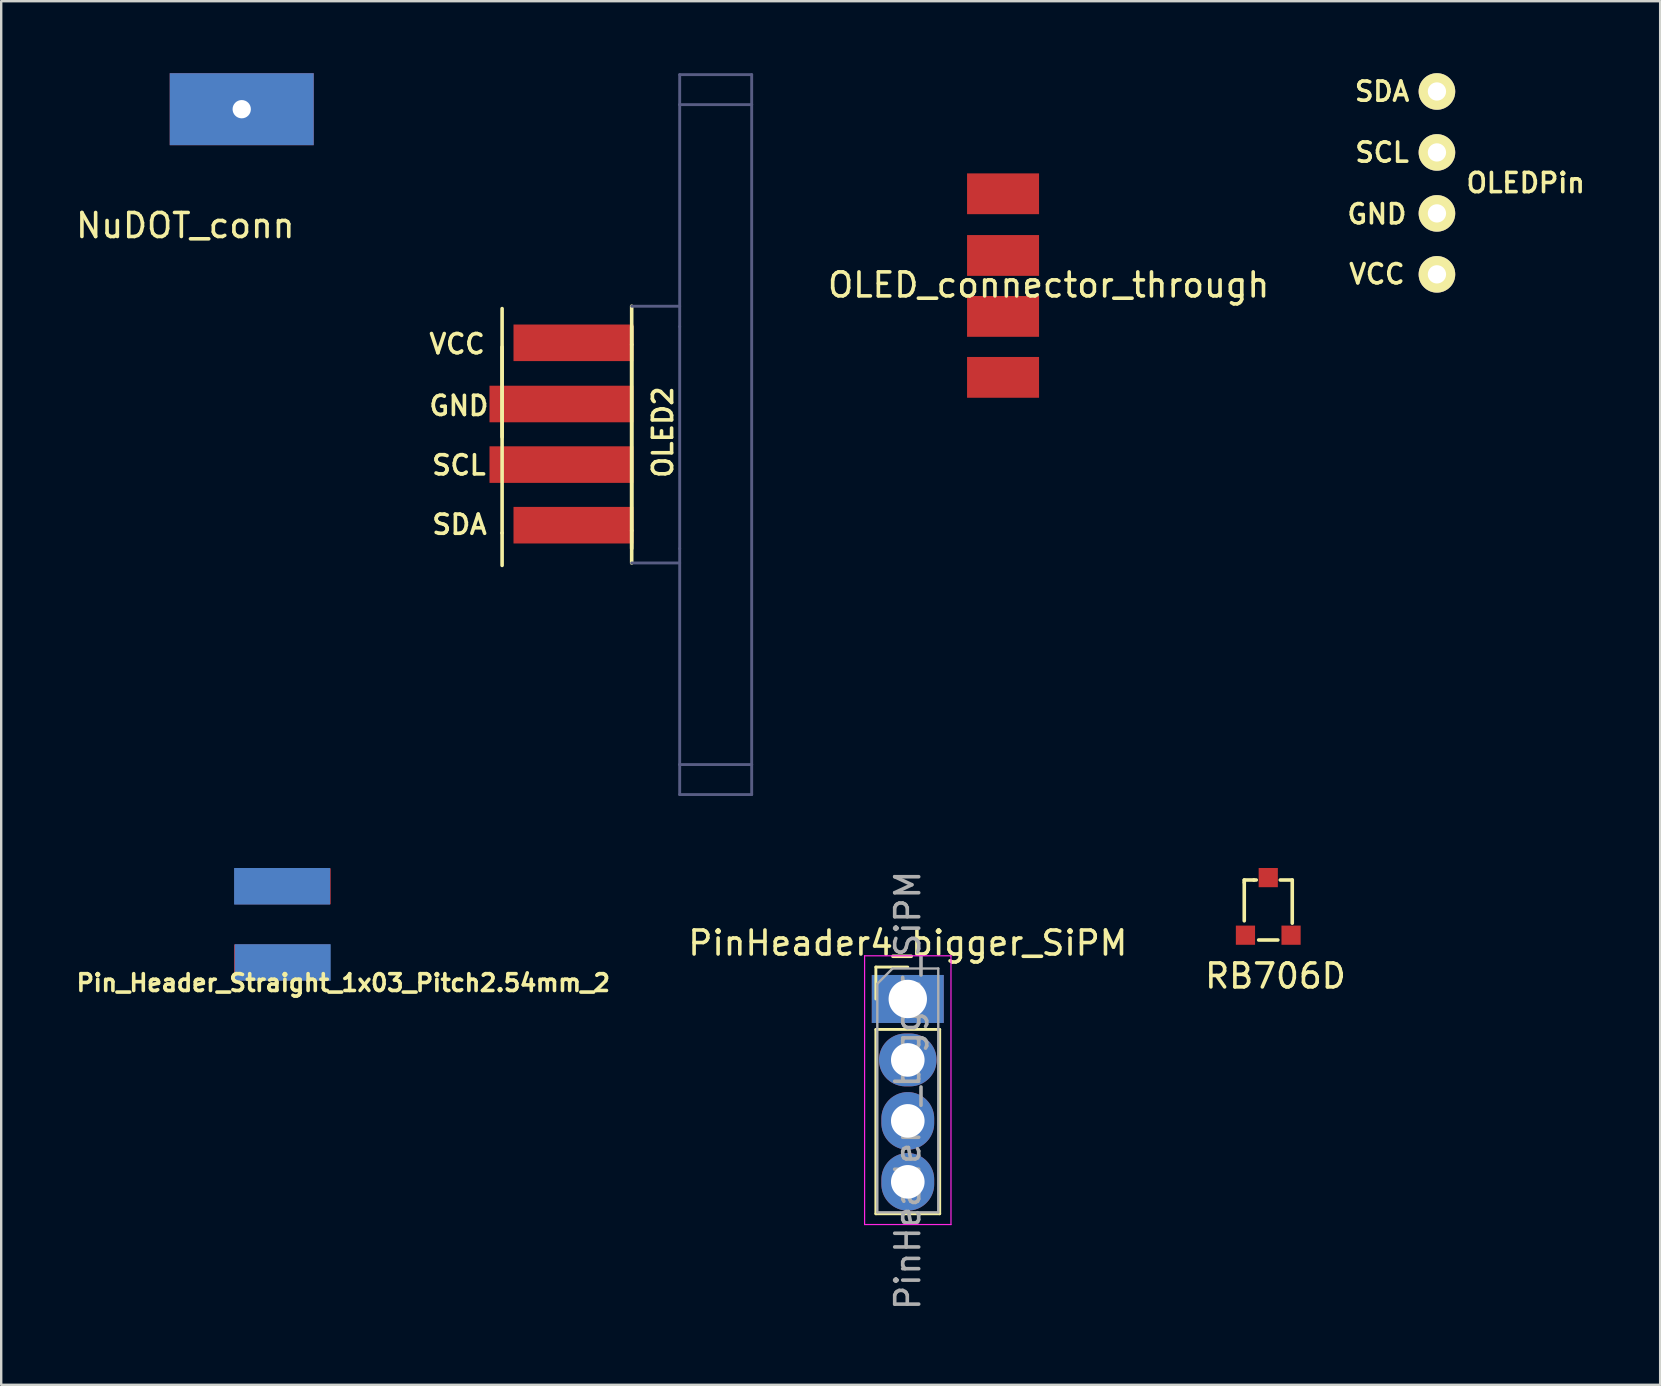
<source format=kicad_pcb>
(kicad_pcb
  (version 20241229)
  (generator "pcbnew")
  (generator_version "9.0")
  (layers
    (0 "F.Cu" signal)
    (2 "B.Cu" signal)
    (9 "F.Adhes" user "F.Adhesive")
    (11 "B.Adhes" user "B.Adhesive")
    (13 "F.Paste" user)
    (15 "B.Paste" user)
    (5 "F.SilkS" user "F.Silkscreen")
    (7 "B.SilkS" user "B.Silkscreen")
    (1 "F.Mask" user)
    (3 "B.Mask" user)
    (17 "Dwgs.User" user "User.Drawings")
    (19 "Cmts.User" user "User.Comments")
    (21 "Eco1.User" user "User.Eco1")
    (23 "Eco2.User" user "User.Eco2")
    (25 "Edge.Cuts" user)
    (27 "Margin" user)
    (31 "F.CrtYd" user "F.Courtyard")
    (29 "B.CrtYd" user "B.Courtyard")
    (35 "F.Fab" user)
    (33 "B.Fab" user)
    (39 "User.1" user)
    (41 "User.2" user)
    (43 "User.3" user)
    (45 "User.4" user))
  (footprint "OLED_connector_through"
    (layer "F.Cu")
    (at 39.573 0.25)
    (property "Reference" "OLED_connector_through" (at 1.075 8.575 0) (layer "F.SilkS") (effects (font (size 1 1) (thickness 0.15))))
    (attr through_hole)
    (pad "1" smd rect (at -0.825 12.425) (size 3 1.7) (layers "F.Cu" "F.Mask" "F.Paste"))
    (pad "2" smd rect (at -0.825 9.885) (size 3 1.7) (layers "F.Cu" "F.Mask" "F.Paste"))
    (pad "3" smd rect (at -0.825 7.345) (size 3 1.7) (layers "F.Cu" "F.Mask" "F.Paste"))
    (pad "4" smd rect (at -0.825 4.775) (size 3 1.7) (layers "F.Cu" "F.Mask" "F.Paste")))
  (footprint "RB706D"
    (layer "F.Cu")
    (at 49.799 33.52)
    (property "Reference" "RB706D" (at 0.3 4.1 0) (layer "F.SilkS") (effects (font (size 1 1) (thickness 0.15))))
    (attr through_hole)
    (fp_line (start -1 0.1) (end -1 0.2) (stroke (width 0.15) (type solid)) (layer "F.SilkS"))
    (fp_line (start -1 0.2) (end -1 1.8) (stroke (width 0.15) (type solid)) (layer "F.SilkS"))
    (fp_line (start -0.6 0.1) (end -1 0.1) (stroke (width 0.15) (type solid)) (layer "F.SilkS"))
    (fp_line (start -0.5 0.1) (end -0.6 0.1) (stroke (width 0.15) (type solid)) (layer "F.SilkS"))
    (fp_line (start -0.4 2.6) (end 0.4 2.6) (stroke (width 0.15) (type solid)) (layer "F.SilkS"))
    (fp_line (start 0.5 0.1) (end 1 0.1) (stroke (width 0.15) (type solid)) (layer "F.SilkS"))
    (fp_line (start 1 0.1) (end 1 1.9) (stroke (width 0.15) (type solid)) (layer "F.SilkS"))
    (pad "1" smd rect (at 0.95 2.4) (size 0.8 0.8) (layers "F.Cu" "F.Mask" "F.Paste"))
    (pad "2" smd rect (at -0.95 2.4) (size 0.8 0.8) (layers "F.Cu" "F.Mask" "F.Paste"))
    (pad "3" smd rect (at 0 0) (size 0.8 0.8) (layers "F.Cu" "F.Mask" "F.Paste")))
  (footprint "Pin_Header_Straight_1x03_Pitch2.54mm_2"
    (layer "F.Cu")
    (at 8.605 35.432)
    (property "Reference" "Pin_Header_Straight_1x03_Pitch2.54mm_2" (at 2.65 2.475 0) (layer "F.SilkS") (effects (font (size 0.7 0.7) (thickness 0.15))))
    (attr through_hole)
    (pad "1" smd rect (at 0.1 -1.55) (size 4 1.524) (layers "B.Cu" "B.Mask" "B.Paste"))
    (pad "2" smd rect (at 0.125 -1.55) (size 4 1.5) (layers "F.Cu" "F.Mask" "F.Paste"))
    (pad "3" smd rect (at 0.125 1.625) (size 4 1.524) (layers "B.Cu" "B.Mask" "B.Paste"))
    (pad "4" smd rect (at 0.1 1.625) (size 4 1.5) (layers "F.Cu" "F.Mask" "F.Paste")))
  (footprint "OLED2"
    (layer "F.Cu")
    (at 13.273 15.06)
    (property "Reference" "OLED2" (at 11.3 -0.1 90) (layer "F.SilkS") (effects (font (size 0.8 0.8) (thickness 0.15))))
    (attr through_hole)
    (fp_line (start 4.6 -3.65) (end 4.6 4.1) (stroke (width 0.15) (type solid)) (layer "F.SilkS"))
    (fp_line (start 4.6 0.1) (end 4.6 -5.25) (stroke (width 0.15) (type solid)) (layer "F.SilkS"))
    (fp_line (start 4.6 5.45) (end 4.6 4.1) (stroke (width 0.15) (type solid)) (layer "F.SilkS"))
    (fp_line (start 10 -5.35) (end 10 5.35) (stroke (width 0.15) (type solid)) (layer "F.SilkS"))
    (fp_line (start 10 -4.5) (end 10 -3.75) (stroke (width 0.15) (type solid)) (layer "F.SilkS"))
    (fp_line (start 10 -3.75) (end 10 4) (stroke (width 0.15) (type solid)) (layer "F.SilkS"))
    (fp_line (start 10 4.75) (end 10 4) (stroke (width 0.15) (type solid)) (layer "F.SilkS"))
    (fp_line (start 10 -5.35) (end 12 -5.35) (stroke (width 0.12) (type solid)) (layer "B.Fab"))
    (fp_line (start 10 5.35) (end 12 5.35) (stroke (width 0.12) (type solid)) (layer "B.Fab"))
    (fp_line (start 12 -15) (end 15 -15) (stroke (width 0.12) (type solid)) (layer "B.Fab"))
    (fp_line (start 12 -13.75) (end 12 -15) (stroke (width 0.12) (type solid)) (layer "B.Fab"))
    (fp_line (start 12 -13.75) (end 15 -13.75) (stroke (width 0.12) (type solid)) (layer "B.Fab"))
    (fp_line (start 12 -4.5) (end 12 -13.75) (stroke (width 0.12) (type solid)) (layer "B.Fab"))
    (fp_line (start 12 -4.5) (end 12 4.75) (stroke (width 0.12) (type solid)) (layer "B.Fab"))
    (fp_line (start 12 13.75) (end 12 4.75) (stroke (width 0.12) (type solid)) (layer "B.Fab"))
    (fp_line (start 12 13.75) (end 12 15) (stroke (width 0.12) (type solid)) (layer "B.Fab"))
    (fp_line (start 12 15) (end 15 15) (stroke (width 0.12) (type solid)) (layer "B.Fab"))
    (fp_line (start 15 -15) (end 15 -13.75) (stroke (width 0.12) (type solid)) (layer "B.Fab"))
    (fp_line (start 15 -13.75) (end 15 13.75) (stroke (width 0.12) (type solid)) (layer "B.Fab"))
    (fp_line (start 15 13.75) (end 12 13.75) (stroke (width 0.12) (type solid)) (layer "B.Fab"))
    (fp_line (start 15 15) (end 15 13.75) (stroke (width 0.12) (type solid)) (layer "B.Fab"))
    (fp_text user "SDA" (at 2.825 3.75 0) (layer "F.SilkS") (effects (font (size 0.8 0.8) (thickness 0.15))))
    (fp_text user "GND" (at 2.8 -1.2 0) (layer "F.SilkS") (effects (font (size 0.8 0.8) (thickness 0.15))))
    (fp_text user "SCL" (at 2.8 1.275 0) (layer "F.SilkS") (effects (font (size 0.8 0.8) (thickness 0.15))))
    (fp_text user "VCC" (at 2.725 -3.775 0) (layer "F.SilkS") (effects (font (size 0.8 0.8) (thickness 0.15))))
    (pad "1" smd rect (at 7.575 -3.825) (size 5 1.524) (layers "F.Cu" "F.Mask" "F.Paste"))
    (pad "2" smd rect (at 7.075 -1.275) (size 6 1.524) (layers "F.Cu" "F.Mask" "F.Paste"))
    (pad "3" smd rect (at 7.075 1.25) (size 6 1.524) (layers "F.Cu" "F.Mask" "F.Paste"))
    (pad "4" smd rect (at 7.575 3.775) (size 5 1.524) (layers "F.Cu" "F.Mask" "F.Paste")))
  (footprint "OLEDPin"
    (layer "F.Cu")
    (at 56.828 4.572)
    (property "Reference" "OLEDPin" (at 3.7 0 0) (layer "F.SilkS") (effects (font (size 0.8 0.8) (thickness 0.15))))
    (attr through_hole)
    (fp_text user "SCL" (at -2.286 -1.27 0) (layer "F.SilkS") (effects (font (size 0.8 0.8) (thickness 0.15))))
    (fp_text user "VCC" (at -2.5 3.8 0) (layer "F.SilkS") (effects (font (size 0.8 0.8) (thickness 0.15))))
    (fp_text user "GND" (at -2.5 1.3 0) (layer "F.SilkS") (effects (font (size 0.8 0.8) (thickness 0.15))))
    (fp_text user "SDA" (at -2.286 -3.81 0) (layer "F.SilkS") (effects (font (size 0.8 0.8) (thickness 0.15))))
    (pad "1" thru_hole circle (at 0 3.81) (size 1.524 1.524) (drill 0.762) (layers "*.Cu" "*.Mask" "F.SilkS"))
    (pad "2" thru_hole circle (at 0 1.27) (size 1.524 1.524) (drill 0.762) (layers "*.Cu" "*.Mask" "F.SilkS"))
    (pad "3" thru_hole circle (at 0 -1.27) (size 1.524 1.524) (drill 0.762) (layers "*.Cu" "*.Mask" "F.SilkS"))
    (pad "4" thru_hole circle (at 0 -3.81) (size 1.524 1.524) (drill 0.762) (layers "*.Cu" "*.Mask" "F.SilkS")))
  (footprint "NuDOT_conn"
    (layer "F.Cu")
    (at 4.673 5.85)
    (property "Reference" "NuDOT_conn" (at 0 0.5 0) (layer "F.SilkS") (effects (font (size 1 1) (thickness 0.15))))
    (attr through_hole)
    (pad "1" thru_hole rect (at 2.35 -4.35) (size 6 3) (drill 0.762) (layers "*.Cu" "*.Mask")))
  (footprint "PinHeader4_bigger_SiPM"
    (layer "F.Cu")
    (at 34.778 38.578)
    (property "Reference" "PinHeader4_bigger_SiPM" (at 0 -2.33 0) (layer "F.SilkS") (effects (font (size 1 1) (thickness 0.15))))
    (attr through_hole)
    (fp_line (start -1.33 -1.33) (end 0 -1.33) (stroke (width 0.12) (type solid)) (layer "F.SilkS"))
    (fp_line (start -1.33 0) (end -1.33 -1.33) (stroke (width 0.12) (type solid)) (layer "F.SilkS"))
    (fp_line (start -1.33 1.27) (end -1.33 8.95) (stroke (width 0.12) (type solid)) (layer "F.SilkS"))
    (fp_line (start -1.33 1.27) (end 1.33 1.27) (stroke (width 0.12) (type solid)) (layer "F.SilkS"))
    (fp_line (start -1.33 8.95) (end 1.33 8.95) (stroke (width 0.12) (type solid)) (layer "F.SilkS"))
    (fp_line (start 1.33 1.27) (end 1.33 8.95) (stroke (width 0.12) (type solid)) (layer "F.SilkS"))
    (fp_line (start -1.8 -1.8) (end -1.8 9.4) (stroke (width 0.05) (type solid)) (layer "F.CrtYd"))
    (fp_line (start -1.8 9.4) (end 1.8 9.4) (stroke (width 0.05) (type solid)) (layer "F.CrtYd"))
    (fp_line (start 1.8 -1.8) (end -1.8 -1.8) (stroke (width 0.05) (type solid)) (layer "F.CrtYd"))
    (fp_line (start 1.8 9.4) (end 1.8 -1.8) (stroke (width 0.05) (type solid)) (layer "F.CrtYd"))
    (fp_line (start -1.27 -0.635) (end -0.635 -1.27) (stroke (width 0.1) (type solid)) (layer "F.Fab"))
    (fp_line (start -1.27 8.89) (end -1.27 -0.635) (stroke (width 0.1) (type solid)) (layer "F.Fab"))
    (fp_line (start -0.635 -1.27) (end 1.27 -1.27) (stroke (width 0.1) (type solid)) (layer "F.Fab"))
    (fp_line (start 1.27 -1.27) (end 1.27 8.89) (stroke (width 0.1) (type solid)) (layer "F.Fab"))
    (fp_line (start 1.27 8.89) (end -1.27 8.89) (stroke (width 0.1) (type solid)) (layer "F.Fab"))
    (fp_text user "${REFERENCE}" (at 0 3.81 270) (layer "F.Fab") (effects (font (size 1 1) (thickness 0.15))))
    (pad "1" thru_hole rect (at 0 0) (size 3 2) (drill 1.6) (layers "*.Cu" "*.Mask"))
    (pad "2" thru_hole oval (at 0 2.54) (size 2.4 2.2) (drill 1.4) (layers "*.Cu" "*.Mask"))
    (pad "3" thru_hole oval (at 0 5.08 90) (size 2.4 2.2) (drill 1.4) (layers "*.Cu" "*.Mask"))
    (pad "4" thru_hole oval (at 0 7.62 270) (size 2.4 2.2) (drill 1.4) (layers "*.Cu" "*.Mask")))
  (gr_rect
    (start -3 -3)
    (end 66.13 54.656)
    (stroke (width 0.1) (type default))
    (fill no)
    (layer "Edge.Cuts")))
</source>
